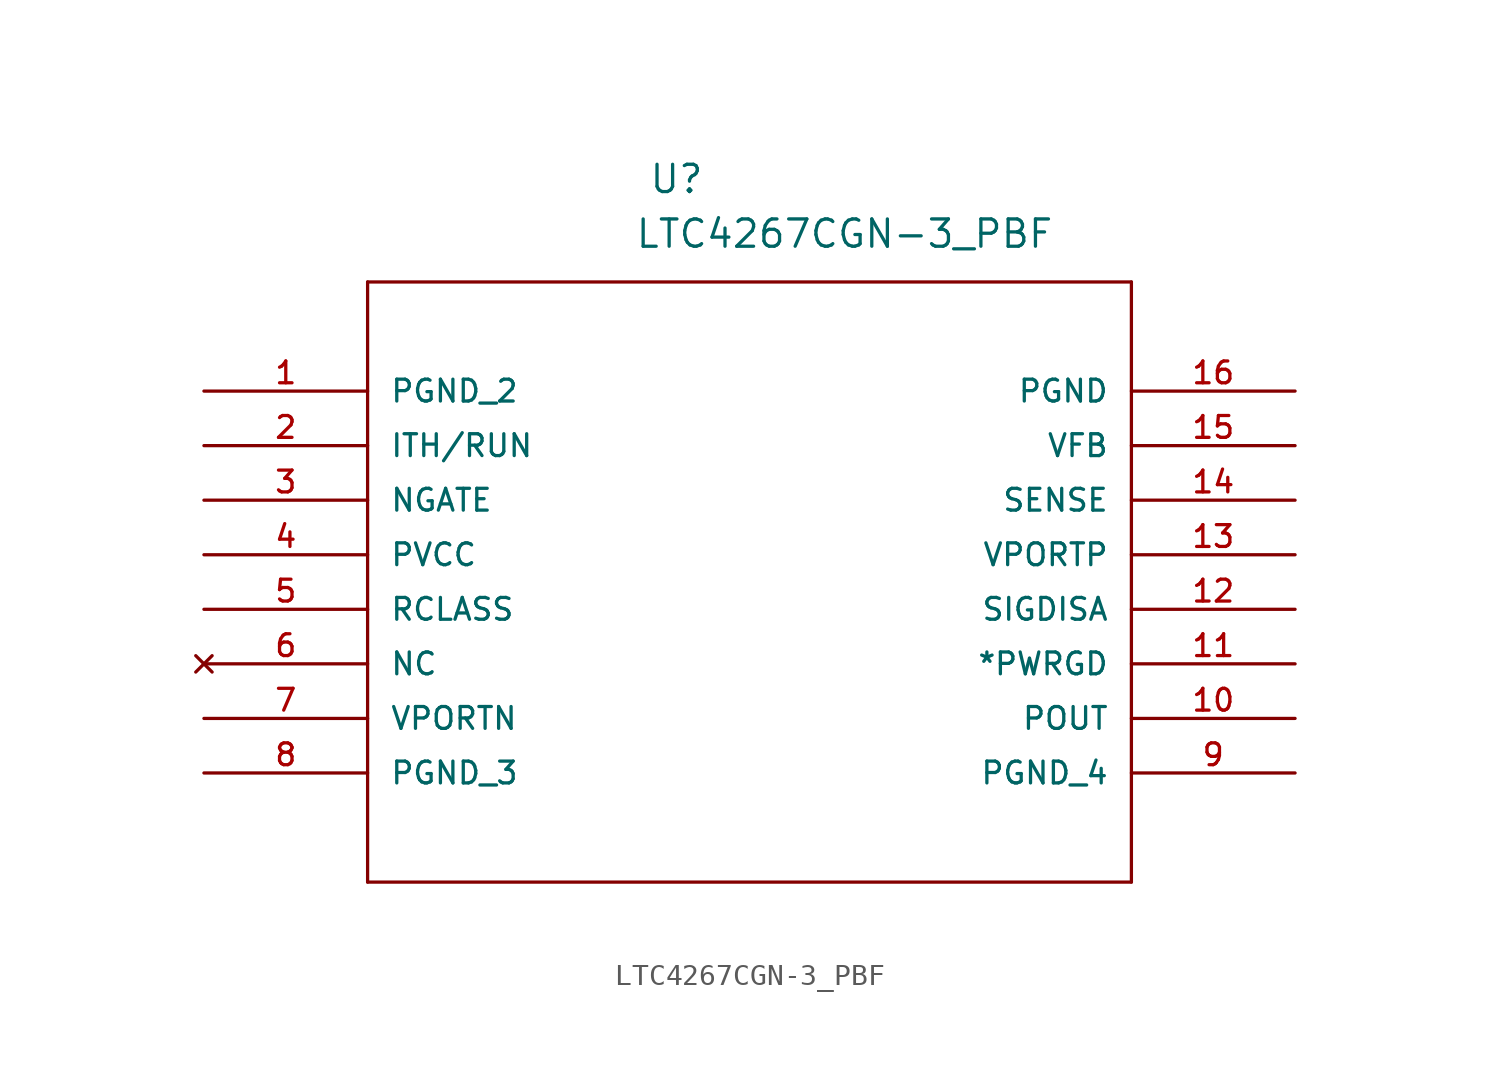
<source format=kicad_sym>
(kicad_symbol_lib
  (version 20211014)
  (generator kicad_symbol_editor)
  (symbol "LTC4267CGN-3_PBF"
    (pin_names
      (offset 1.016))
    (property "Reference" "U"
      (at 20.692 9.126 0.0)
      (effects (font (size 1.27 1.27)) (justify bottom left)))
    (property "Value" "LTC4267CGN-3_PBF"
      (at 20.047 6.581 0.0)
      (effects (font (size 1.27 1.27)) (justify bottom left)))
    (symbol "LTC4267CGN-3_PBF_0_0"
      (polyline (pts (xy 7.62 5.08) (xy 7.62 -22.86)) (stroke (width 0.152)))
      (polyline (pts (xy 7.62 -22.86) (xy 43.18 -22.86)) (stroke (width 0.152)))
      (polyline (pts (xy 43.18 -22.86) (xy 43.18 5.08)) (stroke (width 0.152)))
      (polyline (pts (xy 43.18 5.08) (xy 7.62 5.08)) (stroke (width 0.152)))
      (pin power_in line (at 0.0 0.0 0) (length 7.62) (name "PGND_2" (effects (font (size 1.016 1.016)))) (number "1" (effects (font (size 1.016 1.016)))))
      (pin input line (at 0.0 -2.54 0) (length 7.62) (name "ITH/RUN" (effects (font (size 1.016 1.016)))) (number "2" (effects (font (size 1.016 1.016)))))
      (pin output line (at 0.0 -5.08 0) (length 7.62) (name "NGATE" (effects (font (size 1.016 1.016)))) (number "3" (effects (font (size 1.016 1.016)))))
      (pin power_in line (at 0.0 -7.62 0) (length 7.62) (name "PVCC" (effects (font (size 1.016 1.016)))) (number "4" (effects (font (size 1.016 1.016)))))
      (pin input line (at 0.0 -10.16 0) (length 7.62) (name "RCLASS" (effects (font (size 1.016 1.016)))) (number "5" (effects (font (size 1.016 1.016)))))
      (pin no_connect line (at 0.0 -12.7 0) (length 7.62) (name "NC" (effects (font (size 1.016 1.016)))) (number "6" (effects (font (size 1.016 1.016)))))
      (pin input line (at 0.0 -15.24 0) (length 7.62) (name "VPORTN" (effects (font (size 1.016 1.016)))) (number "7" (effects (font (size 1.016 1.016)))))
      (pin power_in line (at 0.0 -17.78 0) (length 7.62) (name "PGND_3" (effects (font (size 1.016 1.016)))) (number "8" (effects (font (size 1.016 1.016)))))
      (pin power_in line (at 50.8 -17.78 180.0) (length 7.62) (name "PGND_4" (effects (font (size 1.016 1.016)))) (number "9" (effects (font (size 1.016 1.016)))))
      (pin output line (at 50.8 -15.24 180.0) (length 7.62) (name "POUT" (effects (font (size 1.016 1.016)))) (number "10" (effects (font (size 1.016 1.016)))))
      (pin output line (at 50.8 -12.7 180.0) (length 7.62) (name "*PWRGD" (effects (font (size 1.016 1.016)))) (number "11" (effects (font (size 1.016 1.016)))))
      (pin input line (at 50.8 -10.16 180.0) (length 7.62) (name "SIGDISA" (effects (font (size 1.016 1.016)))) (number "12" (effects (font (size 1.016 1.016)))))
      (pin input line (at 50.8 -7.62 180.0) (length 7.62) (name "VPORTP" (effects (font (size 1.016 1.016)))) (number "13" (effects (font (size 1.016 1.016)))))
      (pin passive line (at 50.8 -5.08 180.0) (length 7.62) (name "SENSE" (effects (font (size 1.016 1.016)))) (number "14" (effects (font (size 1.016 1.016)))))
      (pin input line (at 50.8 -2.54 180.0) (length 7.62) (name "VFB" (effects (font (size 1.016 1.016)))) (number "15" (effects (font (size 1.016 1.016)))))
      (pin power_in line (at 50.8 0.0 180.0) (length 7.62) (name "PGND" (effects (font (size 1.016 1.016)))) (number "16" (effects (font (size 1.016 1.016))))))))
</source>
